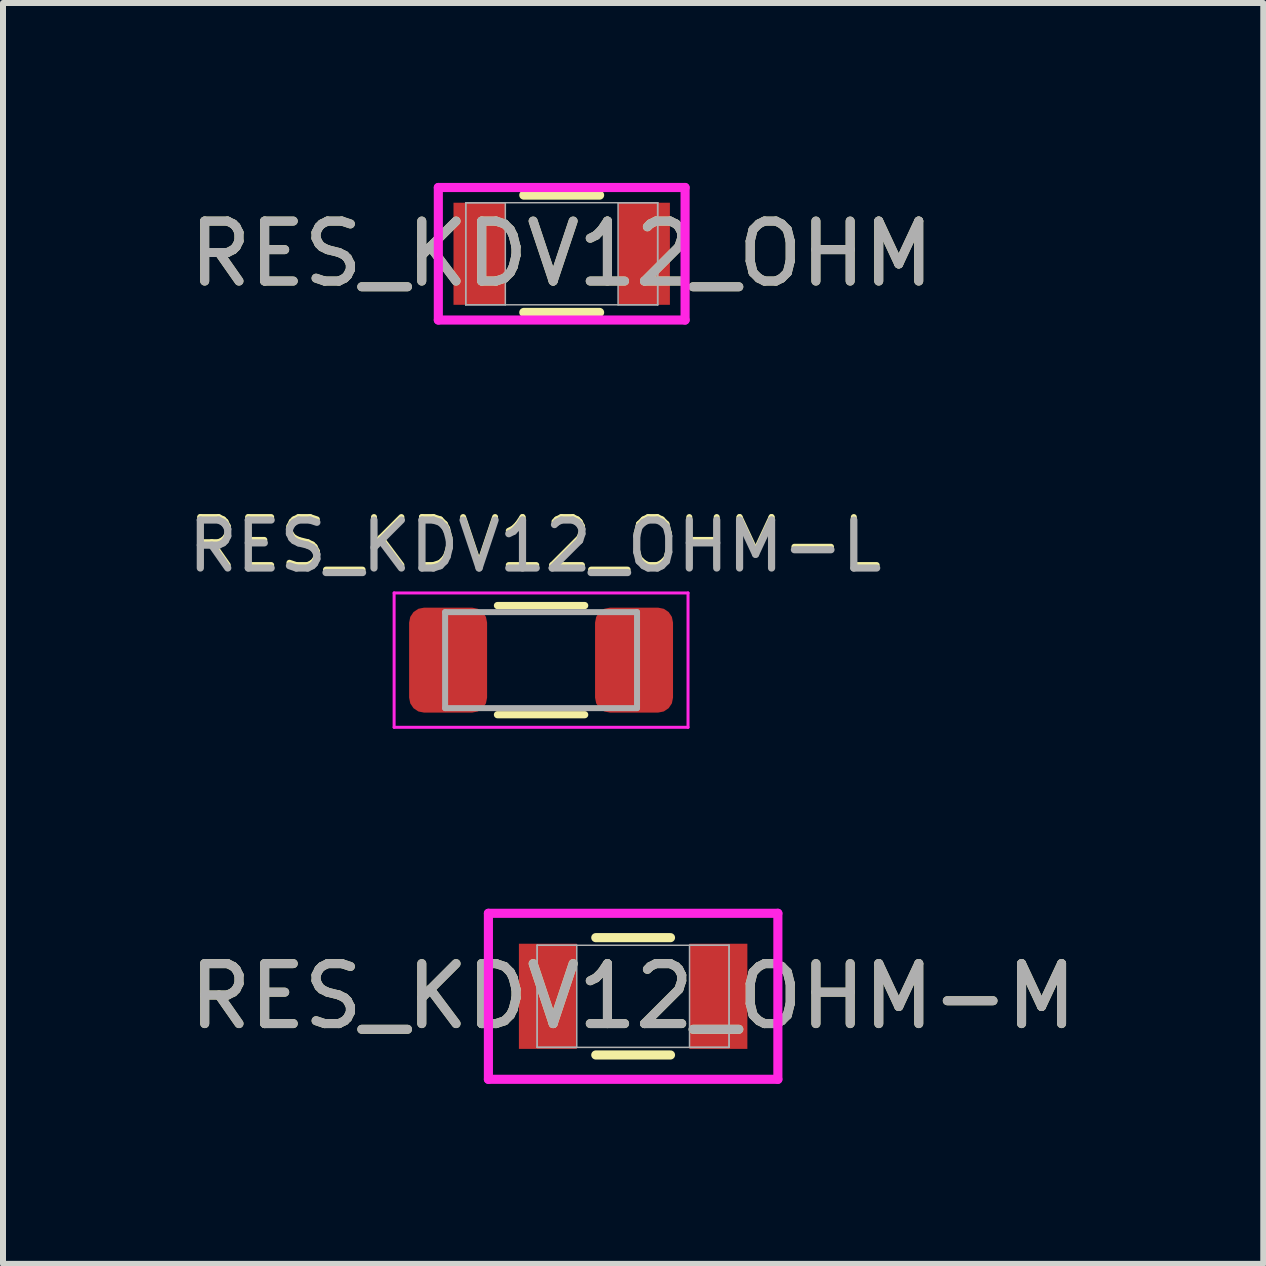
<source format=kicad_pcb>
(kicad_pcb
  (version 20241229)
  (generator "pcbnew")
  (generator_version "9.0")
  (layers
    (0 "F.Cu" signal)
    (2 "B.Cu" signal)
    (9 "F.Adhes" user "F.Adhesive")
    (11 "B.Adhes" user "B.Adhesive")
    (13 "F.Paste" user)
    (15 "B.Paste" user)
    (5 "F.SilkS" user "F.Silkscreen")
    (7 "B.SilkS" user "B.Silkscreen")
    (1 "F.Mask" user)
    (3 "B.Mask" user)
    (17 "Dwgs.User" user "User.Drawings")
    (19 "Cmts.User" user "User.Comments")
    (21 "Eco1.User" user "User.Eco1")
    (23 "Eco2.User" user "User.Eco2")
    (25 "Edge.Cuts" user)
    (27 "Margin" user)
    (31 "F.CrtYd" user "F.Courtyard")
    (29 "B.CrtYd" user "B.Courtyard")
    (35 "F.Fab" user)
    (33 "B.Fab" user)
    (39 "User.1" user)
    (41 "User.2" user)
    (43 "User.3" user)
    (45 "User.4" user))
  (footprint "RES_KDV12_OHM-L"
    (layer "F.Cu")
    (at 5.871 8.056)
    (property "Reference" "RES_KDV12_OHM-L" (at 0 -2.05 0) (unlocked yes) (layer "F.SilkS") (effects (font (size 0.8 0.8) (thickness 0.1) (bold yes))))
    (attr smd)
    (fp_line (start -0.627 -1.01) (end 0.827 -1.01) (stroke (width 0.12) (type solid)) (layer "F.SilkS"))
    (fp_line (start -0.627 0.81) (end 0.827 0.81) (stroke (width 0.12) (type solid)) (layer "F.SilkS"))
    (fp_line (start -2.35 -1.22) (end 2.55 -1.22) (stroke (width 0.05) (type solid)) (layer "F.CrtYd"))
    (fp_line (start -2.35 1.02) (end -2.35 -1.22) (stroke (width 0.05) (type solid)) (layer "F.CrtYd"))
    (fp_line (start 2.55 -1.22) (end 2.55 1.02) (stroke (width 0.05) (type solid)) (layer "F.CrtYd"))
    (fp_line (start 2.55 1.02) (end -2.35 1.02) (stroke (width 0.05) (type solid)) (layer "F.CrtYd"))
    (fp_line (start -1.5 -0.9) (end 1.7 -0.9) (stroke (width 0.1) (type solid)) (layer "F.Fab"))
    (fp_line (start -1.5 0.7) (end -1.5 -0.9) (stroke (width 0.1) (type solid)) (layer "F.Fab"))
    (fp_line (start 1.7 -0.9) (end 1.7 0.7) (stroke (width 0.1) (type solid)) (layer "F.Fab"))
    (fp_line (start 1.7 0.7) (end -1.5 0.7) (stroke (width 0.1) (type solid)) (layer "F.Fab"))
    (fp_text user "${REFERENCE}" (at 0 -2 0) (layer "F.Fab") (effects (font (size 0.8 0.8) (thickness 0.12))))
    (pad "1" smd roundrect (at -1.45 -0.1) (size 1.3 1.75) (layers "F.Cu" "F.Mask" "F.Paste") (roundrect_rratio 0.192))
    (pad "2" smd roundrect (at 1.65 -0.1) (size 1.3 1.75) (layers "F.Cu" "F.Mask" "F.Paste") (roundrect_rratio 0.192)))
  (footprint "RES_KDV12_OHM-M"
    (layer "F.Cu")
    (at 7.506 13.561)
    (property "Reference" "RES_KDV12_OHM-M" (at 0 0 0) (unlocked yes) (layer "F.SilkS") (effects (font (size 1 1) (thickness 0.15))))
    (attr smd)
    (fp_line (start -0.623 0.978) (end 0.623 0.978) (stroke (width 0.152) (type solid)) (layer "F.SilkS"))
    (fp_line (start 0.623 -0.978) (end -0.623 -0.978) (stroke (width 0.152) (type solid)) (layer "F.SilkS"))
    (fp_line (start -2.413 -1.384) (end 2.413 -1.384) (stroke (width 0.152) (type solid)) (layer "F.CrtYd"))
    (fp_line (start -2.413 1.384) (end -2.413 -1.384) (stroke (width 0.152) (type solid)) (layer "F.CrtYd"))
    (fp_line (start 2.413 -1.384) (end 2.413 1.384) (stroke (width 0.152) (type solid)) (layer "F.CrtYd"))
    (fp_line (start 2.413 1.384) (end -2.413 1.384) (stroke (width 0.152) (type solid)) (layer "F.CrtYd"))
    (fp_line (start -1.6 -0.851) (end -1.6 0.851) (stroke (width 0.025) (type solid)) (layer "F.Fab"))
    (fp_line (start -1.6 -0.851) (end -1.6 0.851) (stroke (width 0.025) (type solid)) (layer "F.Fab"))
    (fp_line (start -1.6 0.851) (end -0.94 0.851) (stroke (width 0.025) (type solid)) (layer "F.Fab"))
    (fp_line (start -1.6 0.851) (end 1.6 0.851) (stroke (width 0.025) (type solid)) (layer "F.Fab"))
    (fp_line (start -0.94 -0.851) (end -1.6 -0.851) (stroke (width 0.025) (type solid)) (layer "F.Fab"))
    (fp_line (start -0.94 0.851) (end -0.94 -0.851) (stroke (width 0.025) (type solid)) (layer "F.Fab"))
    (fp_line (start 0.94 -0.851) (end 0.94 0.851) (stroke (width 0.025) (type solid)) (layer "F.Fab"))
    (fp_line (start 0.94 0.851) (end 1.6 0.851) (stroke (width 0.025) (type solid)) (layer "F.Fab"))
    (fp_line (start 1.6 -0.851) (end -1.6 -0.851) (stroke (width 0.025) (type solid)) (layer "F.Fab"))
    (fp_line (start 1.6 -0.851) (end 0.94 -0.851) (stroke (width 0.025) (type solid)) (layer "F.Fab"))
    (fp_line (start 1.6 0.851) (end 1.6 -0.851) (stroke (width 0.025) (type solid)) (layer "F.Fab"))
    (fp_line (start 1.6 0.851) (end 1.6 -0.851) (stroke (width 0.025) (type solid)) (layer "F.Fab"))
    (fp_text user "${REFERENCE}" (at 0 0 0) (unlocked yes) (layer "F.Fab") (effects (font (size 1 1) (thickness 0.15))))
    (pad "1" smd rect (at -1.422 0) (size 0.965 1.753) (layers "F.Cu" "F.Mask" "F.Paste"))
    (pad "2" smd rect (at 1.422 0) (size 0.965 1.753) (layers "F.Cu" "F.Mask" "F.Paste"))
    (zone (net_name "") (layer "F.Cu") (hatch full 0.508) (connect_pads) (min_thickness 0.254) (filled_areas_thickness no) (keepout (tracks not_allowed) (vias not_allowed) (pads allowed) (copperpour not_allowed) (footprints allowed)) (placement (enabled no)) (fill) (polygon (pts (xy 6.617 12.761) (xy 8.395 12.761) (xy 8.395 14.361) (xy 6.617 14.361)))))
  (footprint "RES_KDV12_OHM"
    (layer "F.Cu")
    (at 6.315 1.181)
    (property "Reference" "RES_KDV12_OHM" (at 0 0 0) (unlocked yes) (layer "F.SilkS") (effects (font (size 1 1) (thickness 0.15))))
    (attr smd)
    (fp_line (start -0.632 0.978) (end 0.632 0.978) (stroke (width 0.152) (type solid)) (layer "F.SilkS"))
    (fp_line (start 0.632 -0.978) (end -0.632 -0.978) (stroke (width 0.152) (type solid)) (layer "F.SilkS"))
    (fp_line (start -2.057 -1.105) (end 2.057 -1.105) (stroke (width 0.152) (type solid)) (layer "F.CrtYd"))
    (fp_line (start -2.057 1.105) (end -2.057 -1.105) (stroke (width 0.152) (type solid)) (layer "F.CrtYd"))
    (fp_line (start 2.057 -1.105) (end 2.057 1.105) (stroke (width 0.152) (type solid)) (layer "F.CrtYd"))
    (fp_line (start 2.057 1.105) (end -2.057 1.105) (stroke (width 0.152) (type solid)) (layer "F.CrtYd"))
    (fp_line (start -1.6 -0.851) (end -1.6 0.851) (stroke (width 0.025) (type solid)) (layer "F.Fab"))
    (fp_line (start -1.6 -0.851) (end -1.6 0.851) (stroke (width 0.025) (type solid)) (layer "F.Fab"))
    (fp_line (start -1.6 0.851) (end -0.94 0.851) (stroke (width 0.025) (type solid)) (layer "F.Fab"))
    (fp_line (start -1.6 0.851) (end 1.6 0.851) (stroke (width 0.025) (type solid)) (layer "F.Fab"))
    (fp_line (start -0.94 -0.851) (end -1.6 -0.851) (stroke (width 0.025) (type solid)) (layer "F.Fab"))
    (fp_line (start -0.94 0.851) (end -0.94 -0.851) (stroke (width 0.025) (type solid)) (layer "F.Fab"))
    (fp_line (start 0.94 -0.851) (end 0.94 0.851) (stroke (width 0.025) (type solid)) (layer "F.Fab"))
    (fp_line (start 0.94 0.851) (end 1.6 0.851) (stroke (width 0.025) (type solid)) (layer "F.Fab"))
    (fp_line (start 1.6 -0.851) (end -1.6 -0.851) (stroke (width 0.025) (type solid)) (layer "F.Fab"))
    (fp_line (start 1.6 -0.851) (end 0.94 -0.851) (stroke (width 0.025) (type solid)) (layer "F.Fab"))
    (fp_line (start 1.6 0.851) (end 1.6 -0.851) (stroke (width 0.025) (type solid)) (layer "F.Fab"))
    (fp_line (start 1.6 0.851) (end 1.6 -0.851) (stroke (width 0.025) (type solid)) (layer "F.Fab"))
    (fp_text user "${REFERENCE}" (at 0 0 0) (unlocked yes) (layer "F.Fab") (effects (font (size 1 1) (thickness 0.15))))
    (pad "1" smd rect (at -1.372 0) (size 0.864 1.702) (layers "F.Cu" "F.Mask" "F.Paste"))
    (pad "2" smd rect (at 1.372 0) (size 0.864 1.702) (layers "F.Cu" "F.Mask" "F.Paste"))
    (zone (net_name "") (layer "F.Cu") (hatch full 0.508) (connect_pads) (min_thickness 0.254) (filled_areas_thickness no) (keepout (tracks not_allowed) (vias not_allowed) (pads allowed) (copperpour not_allowed) (footprints allowed)) (placement (enabled no)) (fill) (polygon (pts (xy 5.426 0.381) (xy 7.204 0.381) (xy 7.204 1.981) (xy 5.426 1.981)))))
  (gr_rect
    (start -3 -3)
    (end 18.012 18.022)
    (stroke (width 0.1) (type default))
    (fill no)
    (layer "Edge.Cuts")))
</source>
